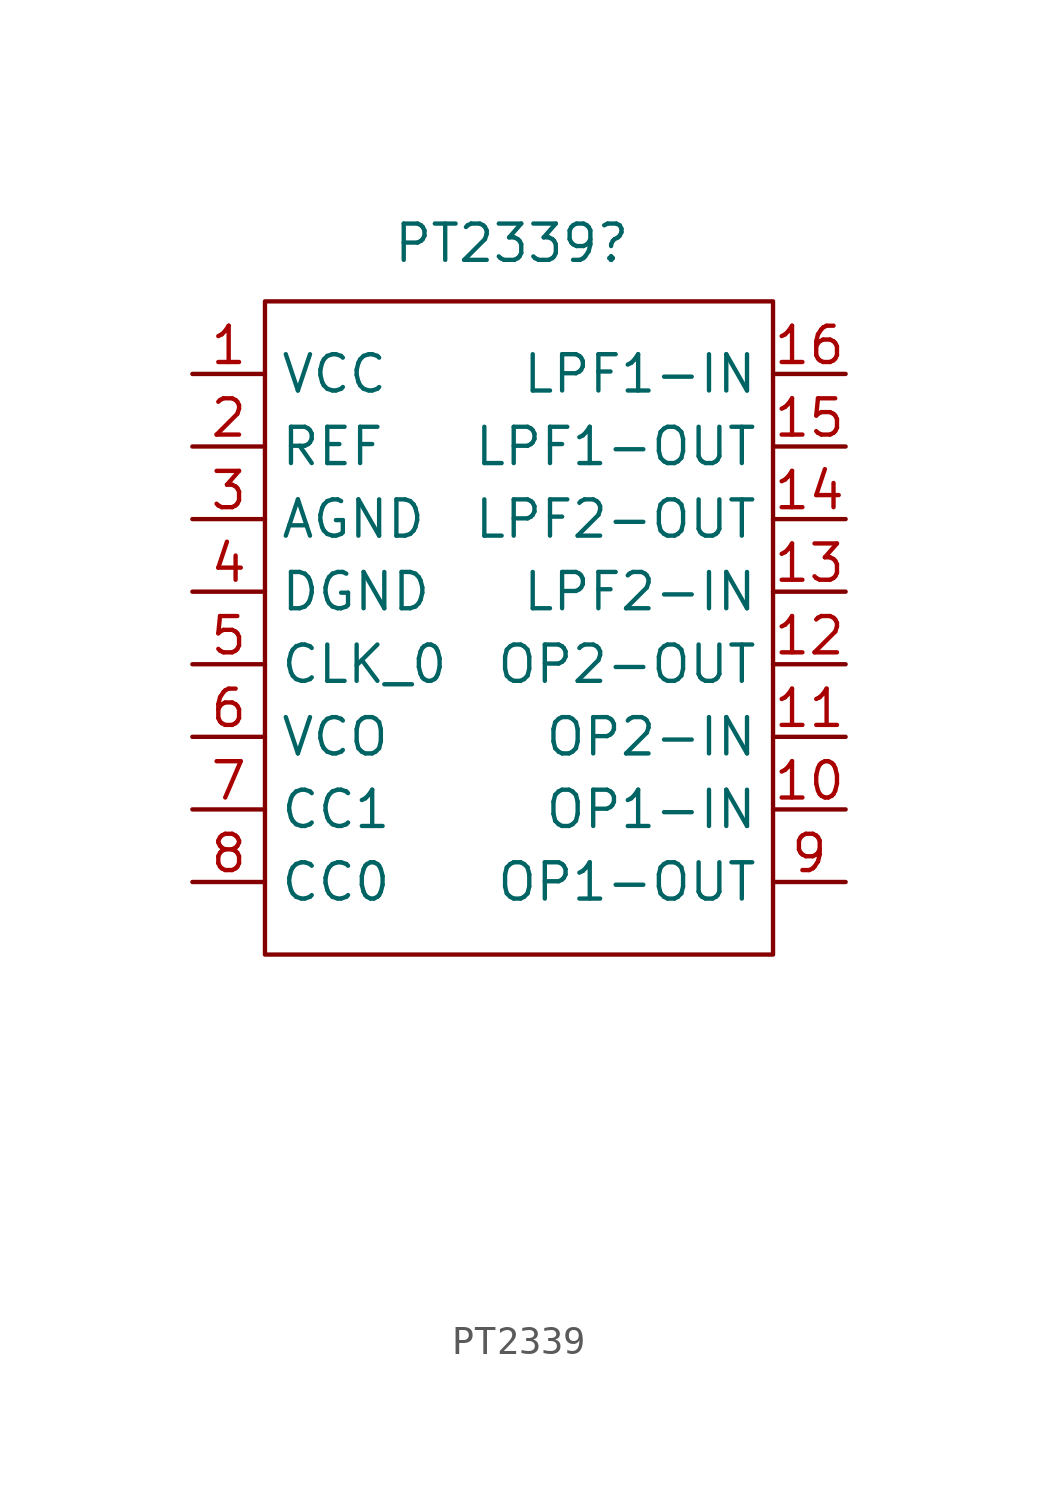
<source format=kicad_sym>
(kicad_symbol_lib
  (version 20231120)
  (generator "kicad_symbol_editor")
  (generator_version "8.0")
  (symbol "PT2339"
    (property "Reference" "PT2339"
      (at -0.254 2.032 0)
      (effects (font (size 1.27 1.27))))
    (property "Value" ""
      (at -2.54 -31.75 0)
      (effects (font (size 1.27 1.27))))
    (symbol "PT2339_0_1"
      (rectangle (start -8.89 0) (end 8.89 -22.86) (stroke (width 0) (type default)) (fill (type none))))
    (symbol "PT2339_1_1"
      (pin power_in line (at -11.43 -2.54 0) (length 2.54) (name "VCC" (effects (font (size 1.27 1.27)))) (number "1" (effects (font (size 1.27 1.27)))))
      (pin input line (at 11.43 -17.78 180) (length 2.54) (name "OP1-IN" (effects (font (size 1.27 1.27)))) (number "10" (effects (font (size 1.27 1.27)))))
      (pin input line (at 11.43 -15.24 180) (length 2.54) (name "OP2-IN" (effects (font (size 1.27 1.27)))) (number "11" (effects (font (size 1.27 1.27)))))
      (pin output line (at 11.43 -12.7 180) (length 2.54) (name "OP2-OUT" (effects (font (size 1.27 1.27)))) (number "12" (effects (font (size 1.27 1.27)))))
      (pin input line (at 11.43 -10.16 180) (length 2.54) (name "LPF2-IN" (effects (font (size 1.27 1.27)))) (number "13" (effects (font (size 1.27 1.27)))))
      (pin output line (at 11.43 -7.62 180) (length 2.54) (name "LPF2-OUT" (effects (font (size 1.27 1.27)))) (number "14" (effects (font (size 1.27 1.27)))))
      (pin output line (at 11.43 -5.08 180) (length 2.54) (name "LPF1-OUT" (effects (font (size 1.27 1.27)))) (number "15" (effects (font (size 1.27 1.27)))))
      (pin input line (at 11.43 -2.54 180) (length 2.54) (name "LPF1-IN" (effects (font (size 1.27 1.27)))) (number "16" (effects (font (size 1.27 1.27)))))
      (pin power_in line (at -11.43 -5.08 0) (length 2.54) (name "REF" (effects (font (size 1.27 1.27)))) (number "2" (effects (font (size 1.27 1.27)))))
      (pin power_in line (at -11.43 -7.62 0) (length 2.54) (name "AGND" (effects (font (size 1.27 1.27)))) (number "3" (effects (font (size 1.27 1.27)))))
      (pin power_in line (at -11.43 -10.16 0) (length 2.54) (name "DGND" (effects (font (size 1.27 1.27)))) (number "4" (effects (font (size 1.27 1.27)))))
      (pin output line (at -11.43 -12.7 0) (length 2.54) (name "CLK_0" (effects (font (size 1.27 1.27)))) (number "5" (effects (font (size 1.27 1.27)))))
      (pin input line (at -11.43 -15.24 0) (length 2.54) (name "VCO" (effects (font (size 1.27 1.27)))) (number "6" (effects (font (size 1.27 1.27)))))
      (pin input line (at -11.43 -17.78 0) (length 2.54) (name "CC1" (effects (font (size 1.27 1.27)))) (number "7" (effects (font (size 1.27 1.27)))))
      (pin input line (at -11.43 -20.32 0) (length 2.54) (name "CC0" (effects (font (size 1.27 1.27)))) (number "8" (effects (font (size 1.27 1.27)))))
      (pin output line (at 11.43 -20.32 180) (length 2.54) (name "OP1-OUT" (effects (font (size 1.27 1.27)))) (number "9" (effects (font (size 1.27 1.27))))))))
</source>
